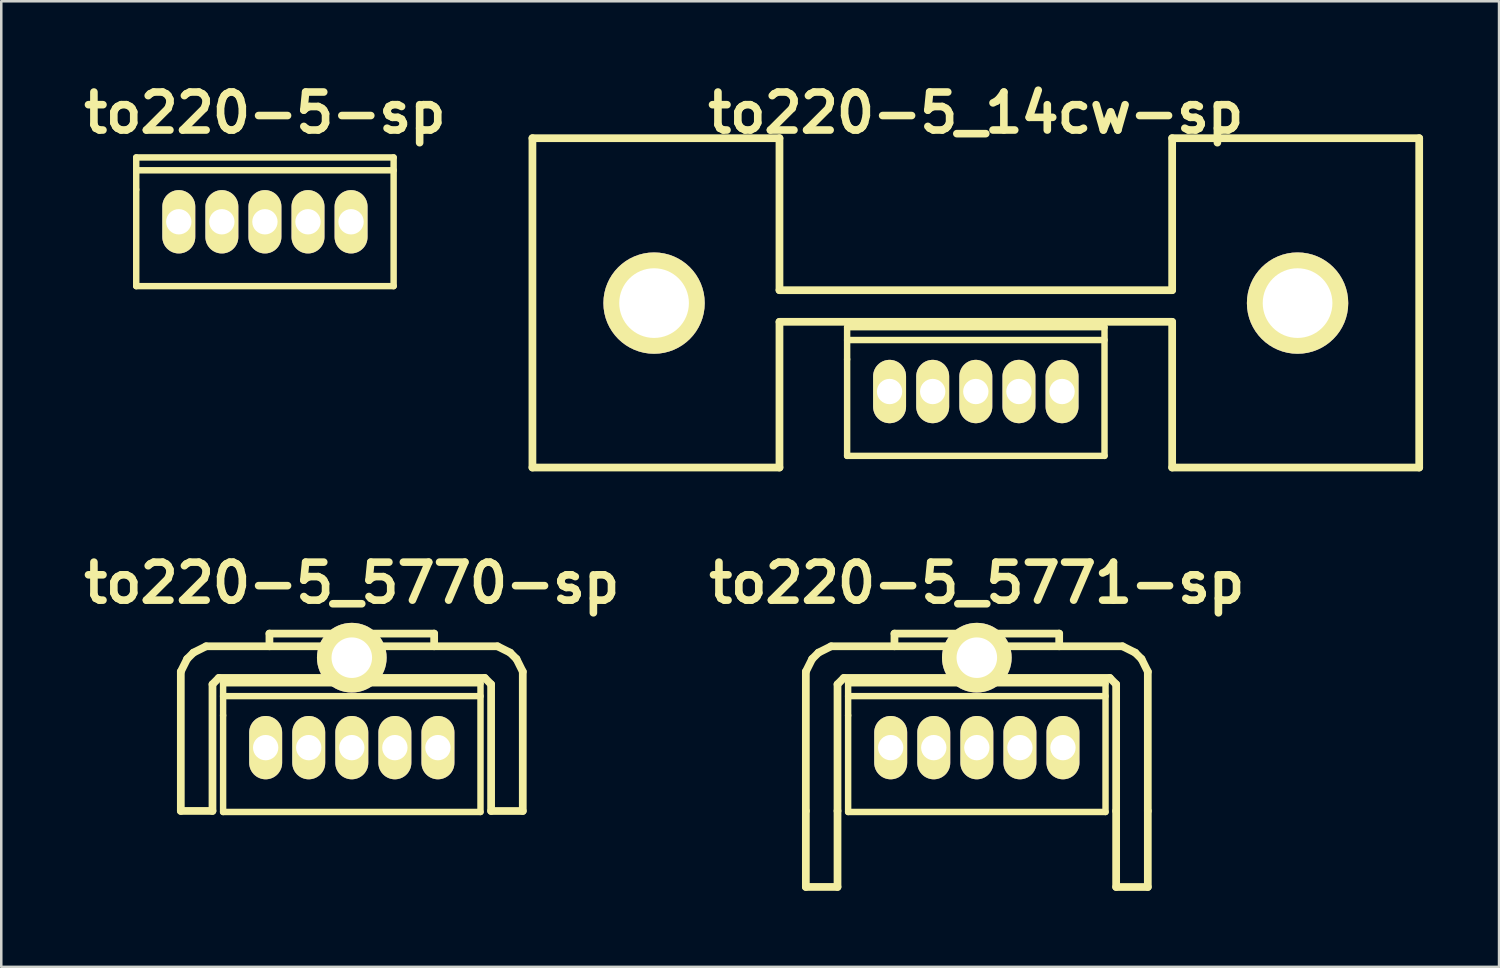
<source format=kicad_pcb>
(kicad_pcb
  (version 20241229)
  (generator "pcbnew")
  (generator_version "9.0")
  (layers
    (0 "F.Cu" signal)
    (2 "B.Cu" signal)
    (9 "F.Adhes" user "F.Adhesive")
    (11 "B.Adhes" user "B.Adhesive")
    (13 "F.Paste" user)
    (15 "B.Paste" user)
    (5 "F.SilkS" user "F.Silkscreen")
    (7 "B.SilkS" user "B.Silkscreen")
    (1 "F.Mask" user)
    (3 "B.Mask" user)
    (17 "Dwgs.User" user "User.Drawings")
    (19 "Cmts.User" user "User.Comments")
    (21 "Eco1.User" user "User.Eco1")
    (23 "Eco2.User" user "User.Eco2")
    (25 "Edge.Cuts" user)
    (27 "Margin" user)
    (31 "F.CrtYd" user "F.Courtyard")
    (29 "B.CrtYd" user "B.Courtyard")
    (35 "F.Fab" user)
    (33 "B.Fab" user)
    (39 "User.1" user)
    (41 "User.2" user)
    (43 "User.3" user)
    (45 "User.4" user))
  (footprint "to220-5_5771-sp"
    (layer "F.Cu")
    (at 35.507 26.46)
    (property "Reference" "to220-5_5771-sp" (at 0 -6.5 0) (layer "F.SilkS") (effects (font (size 1.5 1.5) (thickness 0.3))))
    (attr through_hole)
    (fp_line (start -6.749 -3) (end -6.5 -3.5) (stroke (width 0.305) (type solid)) (layer "F.SilkS"))
    (fp_line (start -6.749 2.499) (end -6.749 -3) (stroke (width 0.305) (type solid)) (layer "F.SilkS"))
    (fp_line (start -6.749 2.499) (end -6.749 5.499) (stroke (width 0.305) (type solid)) (layer "F.SilkS"))
    (fp_line (start -6.5 -3.5) (end -6.251 -3.749) (stroke (width 0.305) (type solid)) (layer "F.SilkS"))
    (fp_line (start -6.251 -3.749) (end -5.751 -4) (stroke (width 0.305) (type solid)) (layer "F.SilkS"))
    (fp_line (start -5.499 -2.499) (end -5.25 -2.751) (stroke (width 0.305) (type solid)) (layer "F.SilkS"))
    (fp_line (start -5.499 2.499) (end -5.499 -2.499) (stroke (width 0.305) (type solid)) (layer "F.SilkS"))
    (fp_line (start -5.499 2.499) (end -5.499 5.499) (stroke (width 0.305) (type solid)) (layer "F.SilkS"))
    (fp_line (start -5.499 5.499) (end -6.749 5.499) (stroke (width 0.305) (type solid)) (layer "F.SilkS"))
    (fp_line (start -5.25 -2.751) (end 5.25 -2.751) (stroke (width 0.305) (type solid)) (layer "F.SilkS"))
    (fp_line (start -5.08 -2.54) (end -5.08 -1.27) (stroke (width 0.254) (type solid)) (layer "F.SilkS"))
    (fp_line (start -5.08 -2.032) (end 5.08 -2.032) (stroke (width 0.254) (type solid)) (layer "F.SilkS"))
    (fp_line (start -5.08 -1.27) (end -5.08 2.54) (stroke (width 0.254) (type solid)) (layer "F.SilkS"))
    (fp_line (start -5.08 2.54) (end 5.08 2.54) (stroke (width 0.254) (type solid)) (layer "F.SilkS"))
    (fp_line (start -3.251 -4.501) (end 3.251 -4.501) (stroke (width 0.305) (type solid)) (layer "F.SilkS"))
    (fp_line (start -3.251 -4) (end -3.251 -4.501) (stroke (width 0.305) (type solid)) (layer "F.SilkS"))
    (fp_line (start 3.251 -4.501) (end 3.251 -4) (stroke (width 0.305) (type solid)) (layer "F.SilkS"))
    (fp_line (start 5.08 -2.54) (end -5.08 -2.54) (stroke (width 0.254) (type solid)) (layer "F.SilkS"))
    (fp_line (start 5.08 2.54) (end 5.08 -2.54) (stroke (width 0.254) (type solid)) (layer "F.SilkS"))
    (fp_line (start 5.25 -2.751) (end 5.499 -2.499) (stroke (width 0.305) (type solid)) (layer "F.SilkS"))
    (fp_line (start 5.499 2.499) (end 5.499 -2.499) (stroke (width 0.305) (type solid)) (layer "F.SilkS"))
    (fp_line (start 5.499 2.499) (end 5.499 5.499) (stroke (width 0.305) (type solid)) (layer "F.SilkS"))
    (fp_line (start 5.751 -4) (end -5.751 -4) (stroke (width 0.305) (type solid)) (layer "F.SilkS"))
    (fp_line (start 5.751 -4) (end 6.251 -3.749) (stroke (width 0.305) (type solid)) (layer "F.SilkS"))
    (fp_line (start 6.251 -3.749) (end 6.5 -3.5) (stroke (width 0.305) (type solid)) (layer "F.SilkS"))
    (fp_line (start 6.5 -3.5) (end 6.749 -3) (stroke (width 0.305) (type solid)) (layer "F.SilkS"))
    (fp_line (start 6.749 2.499) (end 6.749 -3) (stroke (width 0.305) (type solid)) (layer "F.SilkS"))
    (fp_line (start 6.749 2.499) (end 6.749 5.499) (stroke (width 0.305) (type solid)) (layer "F.SilkS"))
    (fp_line (start 6.749 5.502) (end 5.499 5.502) (stroke (width 0.305) (type solid)) (layer "F.SilkS"))
    (pad "" thru_hole circle (at 0 -3.55) (size 2.75 2.75) (drill 1.6) (layers "*.Cu" "*.Mask" "F.SilkS"))
    (pad "1" thru_hole oval (at -3.4 0) (size 1.3 2.5) (drill 1) (layers "*.Cu" "*.Mask" "F.SilkS"))
    (pad "2" thru_hole oval (at -1.7 0) (size 1.3 2.5) (drill 1) (layers "*.Cu" "*.Mask" "F.SilkS"))
    (pad "3" thru_hole oval (at 0 0) (size 1.3 2.5) (drill 1) (layers "*.Cu" "*.Mask" "F.SilkS"))
    (pad "4" thru_hole oval (at 1.7 0) (size 1.3 2.5) (drill 1) (layers "*.Cu" "*.Mask" "F.SilkS"))
    (pad "5" thru_hole oval (at 3.4 0) (size 1.3 2.5) (drill 1) (layers "*.Cu" "*.Mask" "F.SilkS")))
  (footprint "to220-5_5770-sp"
    (layer "F.Cu")
    (at 10.836 26.46)
    (property "Reference" "to220-5_5770-sp" (at 0 -6.5 0) (layer "F.SilkS") (effects (font (size 1.5 1.5) (thickness 0.3))))
    (attr through_hole)
    (fp_line (start -6.749 -3) (end -6.5 -3.5) (stroke (width 0.305) (type solid)) (layer "F.SilkS"))
    (fp_line (start -6.749 2.499) (end -6.749 -3) (stroke (width 0.305) (type solid)) (layer "F.SilkS"))
    (fp_line (start -6.5 -3.5) (end -6.251 -3.749) (stroke (width 0.305) (type solid)) (layer "F.SilkS"))
    (fp_line (start -6.251 -3.749) (end -5.751 -4) (stroke (width 0.305) (type solid)) (layer "F.SilkS"))
    (fp_line (start -5.499 -2.499) (end -5.25 -2.751) (stroke (width 0.305) (type solid)) (layer "F.SilkS"))
    (fp_line (start -5.499 2.499) (end -6.749 2.499) (stroke (width 0.305) (type solid)) (layer "F.SilkS"))
    (fp_line (start -5.499 2.499) (end -5.499 -2.499) (stroke (width 0.305) (type solid)) (layer "F.SilkS"))
    (fp_line (start -5.25 -2.751) (end 5.25 -2.751) (stroke (width 0.305) (type solid)) (layer "F.SilkS"))
    (fp_line (start -5.08 -2.54) (end -5.08 -1.27) (stroke (width 0.254) (type solid)) (layer "F.SilkS"))
    (fp_line (start -5.08 -2.032) (end 5.08 -2.032) (stroke (width 0.254) (type solid)) (layer "F.SilkS"))
    (fp_line (start -5.08 -1.27) (end -5.08 2.54) (stroke (width 0.254) (type solid)) (layer "F.SilkS"))
    (fp_line (start -5.08 2.54) (end 5.08 2.54) (stroke (width 0.254) (type solid)) (layer "F.SilkS"))
    (fp_line (start -3.251 -4.501) (end 3.251 -4.501) (stroke (width 0.305) (type solid)) (layer "F.SilkS"))
    (fp_line (start -3.251 -4) (end -3.251 -4.501) (stroke (width 0.305) (type solid)) (layer "F.SilkS"))
    (fp_line (start 3.251 -4.501) (end 3.251 -4) (stroke (width 0.305) (type solid)) (layer "F.SilkS"))
    (fp_line (start 5.08 -2.54) (end -5.08 -2.54) (stroke (width 0.254) (type solid)) (layer "F.SilkS"))
    (fp_line (start 5.08 2.54) (end 5.08 -2.54) (stroke (width 0.254) (type solid)) (layer "F.SilkS"))
    (fp_line (start 5.25 -2.751) (end 5.499 -2.499) (stroke (width 0.305) (type solid)) (layer "F.SilkS"))
    (fp_line (start 5.499 2.499) (end 5.499 -2.499) (stroke (width 0.305) (type solid)) (layer "F.SilkS"))
    (fp_line (start 5.751 -4) (end -5.751 -4) (stroke (width 0.305) (type solid)) (layer "F.SilkS"))
    (fp_line (start 5.751 -4) (end 6.251 -3.749) (stroke (width 0.305) (type solid)) (layer "F.SilkS"))
    (fp_line (start 6.251 -3.749) (end 6.5 -3.5) (stroke (width 0.305) (type solid)) (layer "F.SilkS"))
    (fp_line (start 6.5 -3.5) (end 6.749 -3) (stroke (width 0.305) (type solid)) (layer "F.SilkS"))
    (fp_line (start 6.749 2.499) (end 6.749 -3) (stroke (width 0.305) (type solid)) (layer "F.SilkS"))
    (fp_line (start 6.749 2.502) (end 5.499 2.502) (stroke (width 0.305) (type solid)) (layer "F.SilkS"))
    (pad "" thru_hole circle (at 0 -3.55) (size 2.75 2.75) (drill 1.6) (layers "*.Cu" "*.Mask" "F.SilkS"))
    (pad "1" thru_hole oval (at -3.4 0) (size 1.3 2.5) (drill 1) (layers "*.Cu" "*.Mask" "F.SilkS"))
    (pad "2" thru_hole oval (at -1.7 0) (size 1.3 2.5) (drill 1) (layers "*.Cu" "*.Mask" "F.SilkS"))
    (pad "3" thru_hole oval (at 0 0) (size 1.3 2.5) (drill 1) (layers "*.Cu" "*.Mask" "F.SilkS"))
    (pad "4" thru_hole oval (at 1.7 0) (size 1.3 2.5) (drill 1) (layers "*.Cu" "*.Mask" "F.SilkS"))
    (pad "5" thru_hole oval (at 3.4 0) (size 1.3 2.5) (drill 1) (layers "*.Cu" "*.Mask" "F.SilkS")))
  (footprint "to220-5_14cw-sp"
    (layer "F.Cu")
    (at 35.467 12.404)
    (property "Reference" "to220-5_14cw-sp" (at 0 -11 0) (layer "F.SilkS") (effects (font (size 1.5 1.5) (thickness 0.3))))
    (attr through_hole)
    (fp_line (start -17.501 -10) (end -17.501 3) (stroke (width 0.305) (type solid)) (layer "F.SilkS"))
    (fp_line (start -17.501 3) (end -7.75 3) (stroke (width 0.305) (type solid)) (layer "F.SilkS"))
    (fp_line (start -7.75 -10) (end -17.501 -10) (stroke (width 0.305) (type solid)) (layer "F.SilkS"))
    (fp_line (start -7.75 -4) (end -7.75 -10) (stroke (width 0.305) (type solid)) (layer "F.SilkS"))
    (fp_line (start -7.75 -2.751) (end 7.75 -2.751) (stroke (width 0.305) (type solid)) (layer "F.SilkS"))
    (fp_line (start -7.75 3) (end -7.75 -2.751) (stroke (width 0.305) (type solid)) (layer "F.SilkS"))
    (fp_line (start -5.08 -2.54) (end -5.08 -1.27) (stroke (width 0.254) (type solid)) (layer "F.SilkS"))
    (fp_line (start -5.08 -2.032) (end 5.08 -2.032) (stroke (width 0.254) (type solid)) (layer "F.SilkS"))
    (fp_line (start -5.08 -1.27) (end -5.08 2.54) (stroke (width 0.254) (type solid)) (layer "F.SilkS"))
    (fp_line (start -5.08 2.54) (end 5.08 2.54) (stroke (width 0.254) (type solid)) (layer "F.SilkS"))
    (fp_line (start 5.08 -2.54) (end -5.08 -2.54) (stroke (width 0.254) (type solid)) (layer "F.SilkS"))
    (fp_line (start 5.08 2.54) (end 5.08 -2.54) (stroke (width 0.254) (type solid)) (layer "F.SilkS"))
    (fp_line (start 7.75 -10) (end 7.75 -4) (stroke (width 0.305) (type solid)) (layer "F.SilkS"))
    (fp_line (start 7.75 -4) (end -7.75 -4) (stroke (width 0.305) (type solid)) (layer "F.SilkS"))
    (fp_line (start 7.75 -2.751) (end 7.75 3) (stroke (width 0.305) (type solid)) (layer "F.SilkS"))
    (fp_line (start 7.75 3) (end 17.501 3) (stroke (width 0.305) (type solid)) (layer "F.SilkS"))
    (fp_line (start 17.501 -10) (end 7.75 -10) (stroke (width 0.305) (type solid)) (layer "F.SilkS"))
    (fp_line (start 17.501 3) (end 17.501 -10) (stroke (width 0.305) (type solid)) (layer "F.SilkS"))
    (pad "" thru_hole circle (at -12.7 -3.49) (size 4 4) (drill 2.75) (layers "*.Cu" "*.Mask" "F.SilkS"))
    (pad "" thru_hole circle (at 12.7 -3.49) (size 4 4) (drill 2.75) (layers "*.Cu" "*.Mask" "F.SilkS"))
    (pad "1" thru_hole oval (at -3.404 0) (size 1.3 2.5) (drill 1) (layers "*.Cu" "*.Mask" "F.SilkS"))
    (pad "2" thru_hole oval (at -1.702 0) (size 1.3 2.5) (drill 1) (layers "*.Cu" "*.Mask" "F.SilkS"))
    (pad "3" thru_hole oval (at 0 0) (size 1.3 2.5) (drill 1) (layers "*.Cu" "*.Mask" "F.SilkS"))
    (pad "4" thru_hole oval (at 1.702 0) (size 1.3 2.5) (drill 1) (layers "*.Cu" "*.Mask" "F.SilkS"))
    (pad "5" thru_hole oval (at 3.404 0) (size 1.3 2.5) (drill 1) (layers "*.Cu" "*.Mask" "F.SilkS")))
  (footprint "to220-5-sp"
    (layer "F.Cu")
    (at 7.407 5.704)
    (property "Reference" "to220-5-sp" (at 0 -4.3 0) (layer "F.SilkS") (effects (font (size 1.5 1.5) (thickness 0.3))))
    (attr through_hole)
    (fp_line (start -5.08 -2.54) (end -5.08 -1.27) (stroke (width 0.254) (type solid)) (layer "F.SilkS"))
    (fp_line (start -5.08 -2.032) (end 5.08 -2.032) (stroke (width 0.254) (type solid)) (layer "F.SilkS"))
    (fp_line (start -5.08 -1.27) (end -5.08 2.54) (stroke (width 0.254) (type solid)) (layer "F.SilkS"))
    (fp_line (start -5.08 2.54) (end 5.08 2.54) (stroke (width 0.254) (type solid)) (layer "F.SilkS"))
    (fp_line (start 5.08 -2.54) (end -5.08 -2.54) (stroke (width 0.254) (type solid)) (layer "F.SilkS"))
    (fp_line (start 5.08 2.54) (end 5.08 -2.54) (stroke (width 0.254) (type solid)) (layer "F.SilkS"))
    (pad "1" thru_hole oval (at -3.4 0) (size 1.3 2.5) (drill 1) (layers "*.Cu" "*.Mask" "F.SilkS"))
    (pad "2" thru_hole oval (at -1.7 0) (size 1.3 2.5) (drill 1) (layers "*.Cu" "*.Mask" "F.SilkS"))
    (pad "3" thru_hole oval (at 0 0) (size 1.3 2.5) (drill 1) (layers "*.Cu" "*.Mask" "F.SilkS"))
    (pad "4" thru_hole oval (at 1.7 0) (size 1.3 2.5) (drill 1) (layers "*.Cu" "*.Mask" "F.SilkS"))
    (pad "5" thru_hole oval (at 3.4 0) (size 1.3 2.5) (drill 1) (layers "*.Cu" "*.Mask" "F.SilkS")))
  (gr_rect
    (start -3 -3)
    (end 56.12 35.114)
    (stroke (width 0.1) (type default))
    (fill no)
    (layer "Edge.Cuts")))
</source>
